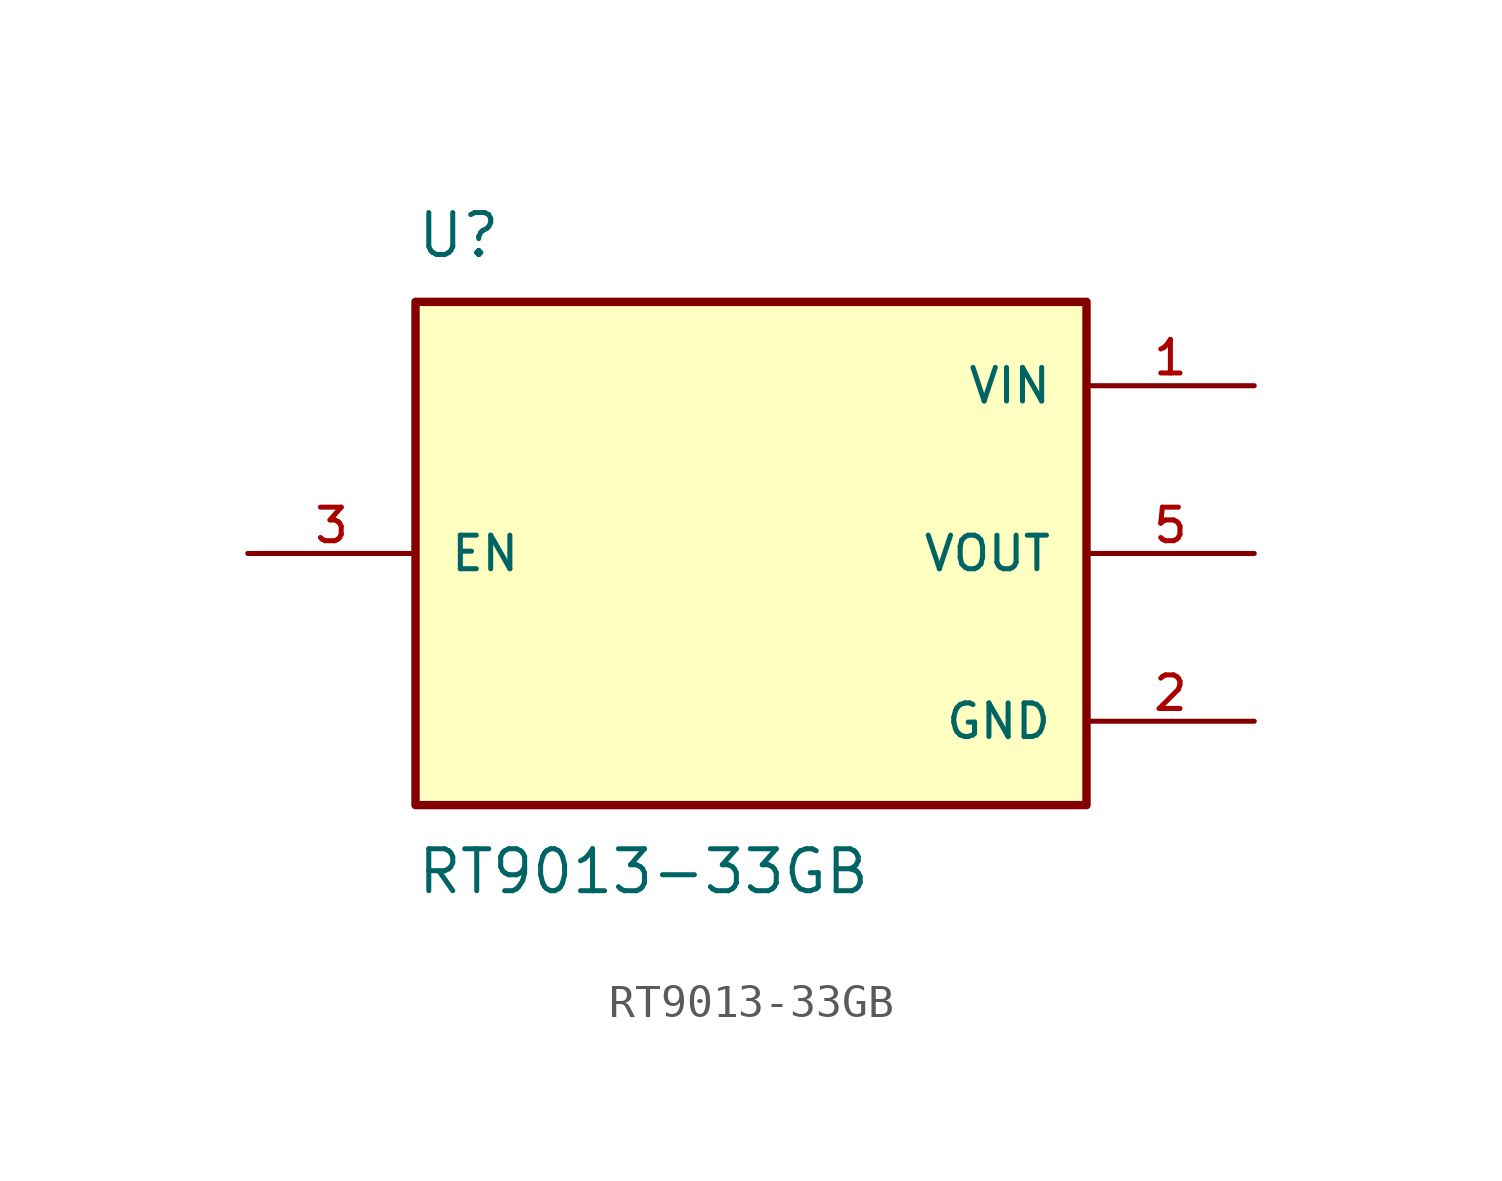
<source format=kicad_sym>
(kicad_symbol_lib
  (version 20211014)
  (generator kicad_symbol_editor)
  (symbol "RT9013-33GB"
    (pin_names
      (offset 1.016))
    (property "Reference" "U"
      (at -10.16 8.89 0)
      (effects (font (size 1.27 1.27)) (justify bottom left)))
    (property "Value" "RT9013-33GB"
      (at -10.16 -8.89 0.0)
      (effects (font (size 1.27 1.27)) (justify top left)))
    (symbol "RT9013-33GB_0_0"
      (rectangle (start -10.16 -7.62) (end 10.16 7.62) (stroke (width 0.254)) (fill (type background)))
      (pin output line (at 15.24 0.0 180.0) (length 5.08) (name "VOUT" (effects (font (size 1.016 1.016)))) (number "5" (effects (font (size 1.016 1.016)))))
      (pin power_in line (at 15.24 -5.08 180.0) (length 5.08) (name "GND" (effects (font (size 1.016 1.016)))) (number "2" (effects (font (size 1.016 1.016)))))
      (pin power_in line (at 15.24 5.08 180.0) (length 5.08) (name "VIN" (effects (font (size 1.016 1.016)))) (number "1" (effects (font (size 1.016 1.016)))))
      (pin input line (at -15.24 0.0 0) (length 5.08) (name "EN" (effects (font (size 1.016 1.016)))) (number "3" (effects (font (size 1.016 1.016))))))))
</source>
